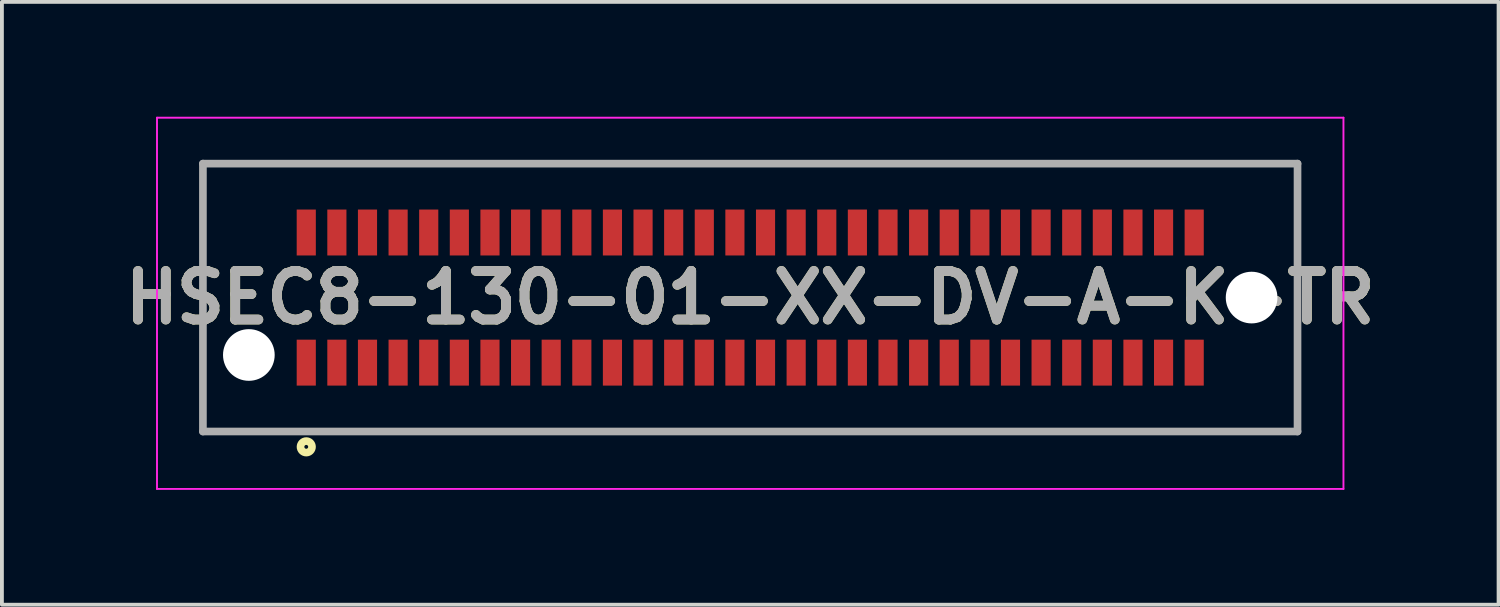
<source format=kicad_pcb>
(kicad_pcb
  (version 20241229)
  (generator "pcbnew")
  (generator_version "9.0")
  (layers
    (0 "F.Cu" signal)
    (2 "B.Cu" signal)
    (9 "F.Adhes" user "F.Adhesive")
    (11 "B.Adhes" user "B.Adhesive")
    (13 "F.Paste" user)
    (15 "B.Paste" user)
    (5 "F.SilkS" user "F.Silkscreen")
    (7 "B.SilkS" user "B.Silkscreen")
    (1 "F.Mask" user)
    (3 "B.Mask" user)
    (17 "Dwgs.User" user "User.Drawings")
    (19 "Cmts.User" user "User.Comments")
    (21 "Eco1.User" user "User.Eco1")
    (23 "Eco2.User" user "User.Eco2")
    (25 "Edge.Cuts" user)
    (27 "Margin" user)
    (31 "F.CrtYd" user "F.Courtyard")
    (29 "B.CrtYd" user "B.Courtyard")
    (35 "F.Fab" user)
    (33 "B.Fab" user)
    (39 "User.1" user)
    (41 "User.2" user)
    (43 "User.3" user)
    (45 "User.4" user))
  (footprint "HSEC8-130-01-XX-DV-A-K-TR"
    (layer "F.Cu")
    (at 16.552 4.725)
    (property "Reference" "HSEC8-130-01-XX-DV-A-K-TR" (at 0 0 0) (layer "F.SilkS") (effects (font (size 1.27 1.27) (thickness 0.254))))
    (attr through_hole)
    (fp_line (start -14.3 -3.5) (end 14.3 -3.5) (stroke (width 0.1) (type solid)) (layer "F.SilkS"))
    (fp_line (start -14.3 3.5) (end -14.3 -3.5) (stroke (width 0.1) (type solid)) (layer "F.SilkS"))
    (fp_line (start 14.3 -3.5) (end 14.3 3.5) (stroke (width 0.1) (type solid)) (layer "F.SilkS"))
    (fp_line (start 14.3 3.5) (end -14.3 3.5) (stroke (width 0.1) (type solid)) (layer "F.SilkS"))
    (fp_circle (center -11.6 3.9) (end -11.6 3.95) (stroke (width 0.2) (type solid)) (fill no) (layer "F.SilkS"))
    (fp_line (start -15.5 -4.7) (end 15.5 -4.7) (stroke (width 0.05) (type solid)) (layer "F.CrtYd"))
    (fp_line (start -15.5 5) (end -15.5 -4.7) (stroke (width 0.05) (type solid)) (layer "F.CrtYd"))
    (fp_line (start 15.5 -4.7) (end 15.5 5) (stroke (width 0.05) (type solid)) (layer "F.CrtYd"))
    (fp_line (start 15.5 5) (end -15.5 5) (stroke (width 0.05) (type solid)) (layer "F.CrtYd"))
    (fp_line (start -14.3 -3.5) (end 14.3 -3.5) (stroke (width 0.2) (type solid)) (layer "F.Fab"))
    (fp_line (start -14.3 3.5) (end -14.3 -3.5) (stroke (width 0.2) (type solid)) (layer "F.Fab"))
    (fp_line (start 14.3 -3.5) (end 14.3 3.5) (stroke (width 0.2) (type solid)) (layer "F.Fab"))
    (fp_line (start 14.3 3.5) (end -14.3 3.5) (stroke (width 0.2) (type solid)) (layer "F.Fab"))
    (fp_text user "${REFERENCE}" (at 0 0 0) (layer "F.Fab") (effects (font (size 1.27 1.27) (thickness 0.254))))
    (pad "" np_thru_hole circle (at -13.1 1.5) (size 1.35 1.35) (drill 1.35) (layers "*.Cu" "*.Mask"))
    (pad "" np_thru_hole circle (at 13.1 0) (size 1.35 1.35) (drill 1.35) (layers "*.Cu" "*.Mask"))
    (pad "1" smd rect (at -11.6 1.7) (size 0.5 1.2) (layers "F.Cu" "F.Mask" "F.Paste"))
    (pad "2" smd rect (at -11.6 -1.7) (size 0.5 1.2) (layers "F.Cu" "F.Mask" "F.Paste"))
    (pad "3" smd rect (at -10.8 1.7) (size 0.5 1.2) (layers "F.Cu" "F.Mask" "F.Paste"))
    (pad "4" smd rect (at -10.8 -1.7) (size 0.5 1.2) (layers "F.Cu" "F.Mask" "F.Paste"))
    (pad "5" smd rect (at -10 1.7) (size 0.5 1.2) (layers "F.Cu" "F.Mask" "F.Paste"))
    (pad "6" smd rect (at -10 -1.7) (size 0.5 1.2) (layers "F.Cu" "F.Mask" "F.Paste"))
    (pad "7" smd rect (at -9.2 1.7) (size 0.5 1.2) (layers "F.Cu" "F.Mask" "F.Paste"))
    (pad "8" smd rect (at -9.2 -1.7) (size 0.5 1.2) (layers "F.Cu" "F.Mask" "F.Paste"))
    (pad "9" smd rect (at -8.4 1.7) (size 0.5 1.2) (layers "F.Cu" "F.Mask" "F.Paste"))
    (pad "10" smd rect (at -8.4 -1.7) (size 0.5 1.2) (layers "F.Cu" "F.Mask" "F.Paste"))
    (pad "11" smd rect (at -7.6 1.7) (size 0.5 1.2) (layers "F.Cu" "F.Mask" "F.Paste"))
    (pad "12" smd rect (at -7.6 -1.7) (size 0.5 1.2) (layers "F.Cu" "F.Mask" "F.Paste"))
    (pad "13" smd rect (at -6.8 1.7) (size 0.5 1.2) (layers "F.Cu" "F.Mask" "F.Paste"))
    (pad "14" smd rect (at -6.8 -1.7) (size 0.5 1.2) (layers "F.Cu" "F.Mask" "F.Paste"))
    (pad "15" smd rect (at -6 1.7) (size 0.5 1.2) (layers "F.Cu" "F.Mask" "F.Paste"))
    (pad "16" smd rect (at -6 -1.7) (size 0.5 1.2) (layers "F.Cu" "F.Mask" "F.Paste"))
    (pad "17" smd rect (at -5.2 1.7) (size 0.5 1.2) (layers "F.Cu" "F.Mask" "F.Paste"))
    (pad "18" smd rect (at -5.2 -1.7) (size 0.5 1.2) (layers "F.Cu" "F.Mask" "F.Paste"))
    (pad "19" smd rect (at -4.4 1.7) (size 0.5 1.2) (layers "F.Cu" "F.Mask" "F.Paste"))
    (pad "20" smd rect (at -4.4 -1.7) (size 0.5 1.2) (layers "F.Cu" "F.Mask" "F.Paste"))
    (pad "21" smd rect (at -3.6 1.7) (size 0.5 1.2) (layers "F.Cu" "F.Mask" "F.Paste"))
    (pad "22" smd rect (at -3.6 -1.7) (size 0.5 1.2) (layers "F.Cu" "F.Mask" "F.Paste"))
    (pad "23" smd rect (at -2.8 1.7) (size 0.5 1.2) (layers "F.Cu" "F.Mask" "F.Paste"))
    (pad "24" smd rect (at -2.8 -1.7) (size 0.5 1.2) (layers "F.Cu" "F.Mask" "F.Paste"))
    (pad "25" smd rect (at -2 1.7) (size 0.5 1.2) (layers "F.Cu" "F.Mask" "F.Paste"))
    (pad "26" smd rect (at -2 -1.7) (size 0.5 1.2) (layers "F.Cu" "F.Mask" "F.Paste"))
    (pad "27" smd rect (at -1.2 1.7) (size 0.5 1.2) (layers "F.Cu" "F.Mask" "F.Paste"))
    (pad "28" smd rect (at -1.2 -1.7) (size 0.5 1.2) (layers "F.Cu" "F.Mask" "F.Paste"))
    (pad "29" smd rect (at -0.4 1.7) (size 0.5 1.2) (layers "F.Cu" "F.Mask" "F.Paste"))
    (pad "30" smd rect (at -0.4 -1.7) (size 0.5 1.2) (layers "F.Cu" "F.Mask" "F.Paste"))
    (pad "31" smd rect (at 0.4 1.7) (size 0.5 1.2) (layers "F.Cu" "F.Mask" "F.Paste"))
    (pad "32" smd rect (at 0.4 -1.7) (size 0.5 1.2) (layers "F.Cu" "F.Mask" "F.Paste"))
    (pad "33" smd rect (at 1.2 1.7) (size 0.5 1.2) (layers "F.Cu" "F.Mask" "F.Paste"))
    (pad "34" smd rect (at 1.2 -1.7) (size 0.5 1.2) (layers "F.Cu" "F.Mask" "F.Paste"))
    (pad "35" smd rect (at 2 1.7) (size 0.5 1.2) (layers "F.Cu" "F.Mask" "F.Paste"))
    (pad "36" smd rect (at 2 -1.7) (size 0.5 1.2) (layers "F.Cu" "F.Mask" "F.Paste"))
    (pad "37" smd rect (at 2.8 1.7) (size 0.5 1.2) (layers "F.Cu" "F.Mask" "F.Paste"))
    (pad "38" smd rect (at 2.8 -1.7) (size 0.5 1.2) (layers "F.Cu" "F.Mask" "F.Paste"))
    (pad "39" smd rect (at 3.6 1.7) (size 0.5 1.2) (layers "F.Cu" "F.Mask" "F.Paste"))
    (pad "40" smd rect (at 3.6 -1.7) (size 0.5 1.2) (layers "F.Cu" "F.Mask" "F.Paste"))
    (pad "41" smd rect (at 4.4 1.7) (size 0.5 1.2) (layers "F.Cu" "F.Mask" "F.Paste"))
    (pad "42" smd rect (at 4.4 -1.7) (size 0.5 1.2) (layers "F.Cu" "F.Mask" "F.Paste"))
    (pad "43" smd rect (at 5.2 1.7) (size 0.5 1.2) (layers "F.Cu" "F.Mask" "F.Paste"))
    (pad "44" smd rect (at 5.2 -1.7) (size 0.5 1.2) (layers "F.Cu" "F.Mask" "F.Paste"))
    (pad "45" smd rect (at 6 1.7) (size 0.5 1.2) (layers "F.Cu" "F.Mask" "F.Paste"))
    (pad "46" smd rect (at 6 -1.7) (size 0.5 1.2) (layers "F.Cu" "F.Mask" "F.Paste"))
    (pad "47" smd rect (at 6.8 1.7) (size 0.5 1.2) (layers "F.Cu" "F.Mask" "F.Paste"))
    (pad "48" smd rect (at 6.8 -1.7) (size 0.5 1.2) (layers "F.Cu" "F.Mask" "F.Paste"))
    (pad "49" smd rect (at 7.6 1.7) (size 0.5 1.2) (layers "F.Cu" "F.Mask" "F.Paste"))
    (pad "50" smd rect (at 7.6 -1.7) (size 0.5 1.2) (layers "F.Cu" "F.Mask" "F.Paste"))
    (pad "51" smd rect (at 8.4 1.7) (size 0.5 1.2) (layers "F.Cu" "F.Mask" "F.Paste"))
    (pad "52" smd rect (at 8.4 -1.7) (size 0.5 1.2) (layers "F.Cu" "F.Mask" "F.Paste"))
    (pad "53" smd rect (at 9.2 1.7) (size 0.5 1.2) (layers "F.Cu" "F.Mask" "F.Paste"))
    (pad "54" smd rect (at 9.2 -1.7) (size 0.5 1.2) (layers "F.Cu" "F.Mask" "F.Paste"))
    (pad "55" smd rect (at 10 1.7) (size 0.5 1.2) (layers "F.Cu" "F.Mask" "F.Paste"))
    (pad "56" smd rect (at 10 -1.7) (size 0.5 1.2) (layers "F.Cu" "F.Mask" "F.Paste"))
    (pad "57" smd rect (at 10.8 1.7) (size 0.5 1.2) (layers "F.Cu" "F.Mask" "F.Paste"))
    (pad "58" smd rect (at 10.8 -1.7) (size 0.5 1.2) (layers "F.Cu" "F.Mask" "F.Paste"))
    (pad "59" smd rect (at 11.6 1.7) (size 0.5 1.2) (layers "F.Cu" "F.Mask" "F.Paste"))
    (pad "60" smd rect (at 11.6 -1.7) (size 0.5 1.2) (layers "F.Cu" "F.Mask" "F.Paste")))
  (gr_rect
    (start -3 -3)
    (end 36.105 12.75)
    (stroke (width 0.1) (type default))
    (fill no)
    (layer "Edge.Cuts")))
</source>
